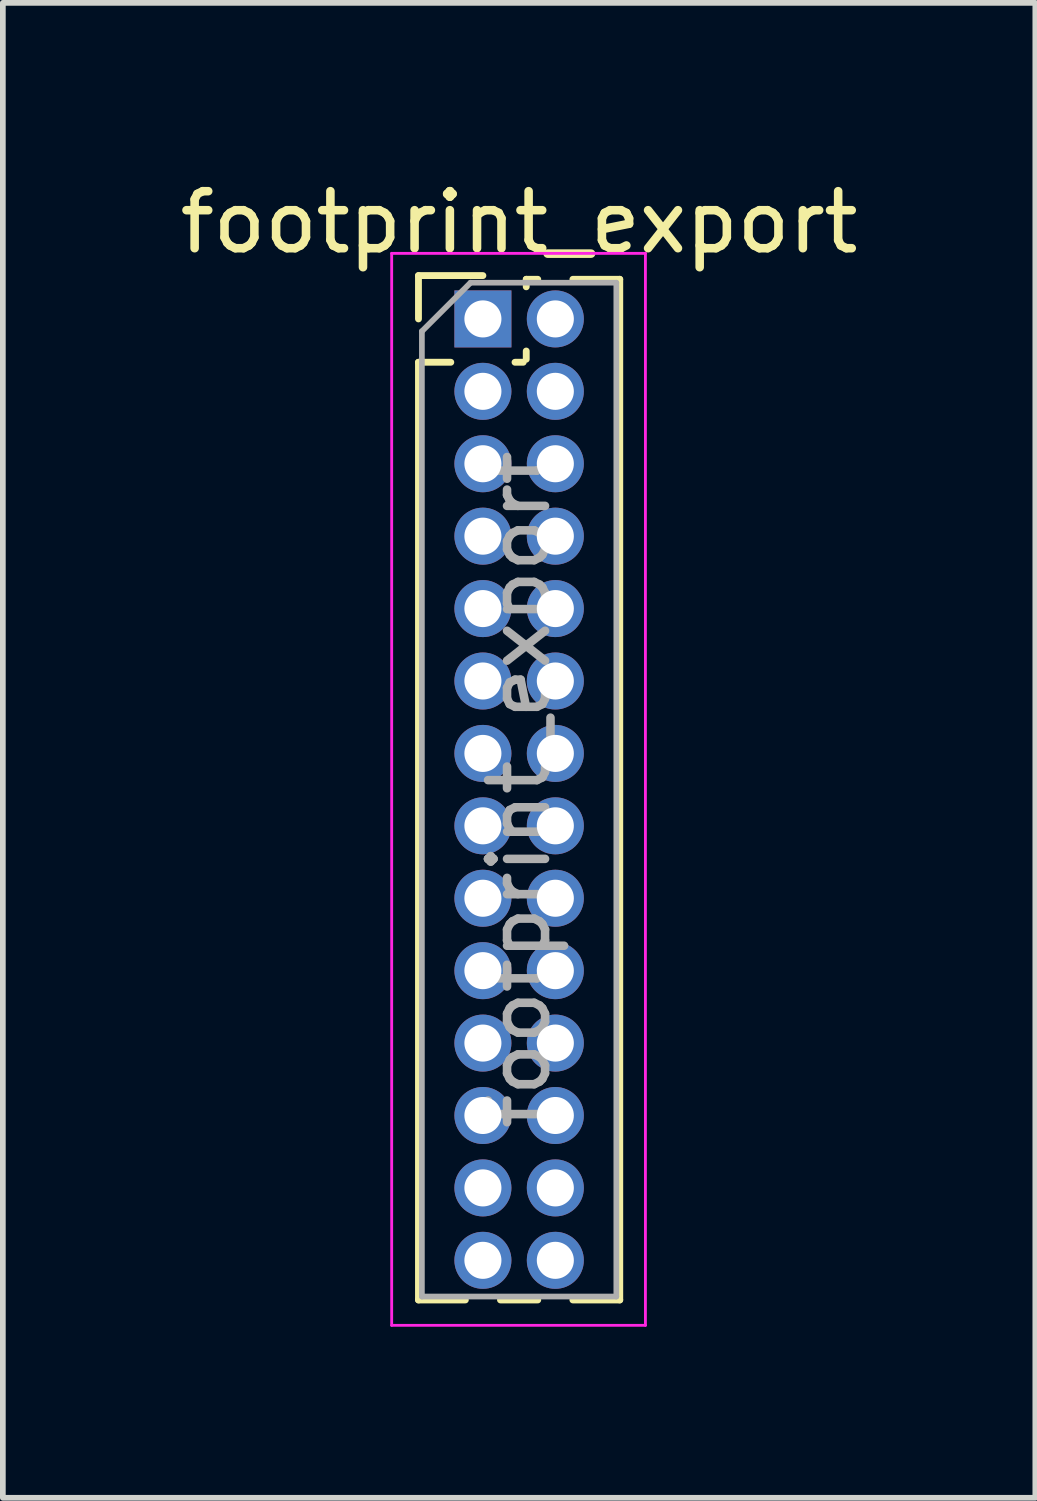
<source format=kicad_pcb>
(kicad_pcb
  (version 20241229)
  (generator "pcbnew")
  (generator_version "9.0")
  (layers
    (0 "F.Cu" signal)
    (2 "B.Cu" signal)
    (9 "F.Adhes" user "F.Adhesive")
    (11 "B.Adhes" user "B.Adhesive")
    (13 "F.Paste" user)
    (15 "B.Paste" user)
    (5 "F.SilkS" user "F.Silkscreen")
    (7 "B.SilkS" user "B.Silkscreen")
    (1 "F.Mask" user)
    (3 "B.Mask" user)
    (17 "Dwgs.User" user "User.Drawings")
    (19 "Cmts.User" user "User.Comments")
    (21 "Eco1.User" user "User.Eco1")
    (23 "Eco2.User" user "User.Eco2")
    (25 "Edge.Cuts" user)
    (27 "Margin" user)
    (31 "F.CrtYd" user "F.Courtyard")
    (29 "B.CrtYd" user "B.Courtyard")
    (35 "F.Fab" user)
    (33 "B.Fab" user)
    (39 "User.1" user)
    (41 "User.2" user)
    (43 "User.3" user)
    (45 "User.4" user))
  (footprint "footprint_export"
    (layer "F.Cu")
    (at 5.419 2.543)
    (property "Reference" "footprint_export" (at 0.635 -1.695 0) (layer "F.SilkS") (effects (font (size 1 1) (thickness 0.15))))
    (attr through_hole)
    (fp_line (start -1.13 -0.76) (end 0 -0.76) (stroke (width 0.12) (type solid)) (layer "F.SilkS"))
    (fp_line (start -1.13 0) (end -1.13 -0.76) (stroke (width 0.12) (type solid)) (layer "F.SilkS"))
    (fp_line (start -1.13 0.76) (end -1.13 17.205) (stroke (width 0.12) (type solid)) (layer "F.SilkS"))
    (fp_line (start -1.13 0.76) (end -0.563 0.76) (stroke (width 0.12) (type solid)) (layer "F.SilkS"))
    (fp_line (start -1.13 17.205) (end -0.308 17.205) (stroke (width 0.12) (type solid)) (layer "F.SilkS"))
    (fp_line (start 0.308 17.205) (end 0.962 17.205) (stroke (width 0.12) (type solid)) (layer "F.SilkS"))
    (fp_line (start 0.563 0.76) (end 0.707 0.76) (stroke (width 0.12) (type solid)) (layer "F.SilkS"))
    (fp_line (start 0.76 -0.695) (end 0.962 -0.695) (stroke (width 0.12) (type solid)) (layer "F.SilkS"))
    (fp_line (start 0.76 -0.563) (end 0.76 -0.695) (stroke (width 0.12) (type solid)) (layer "F.SilkS"))
    (fp_line (start 0.76 0.707) (end 0.76 0.563) (stroke (width 0.12) (type solid)) (layer "F.SilkS"))
    (fp_line (start 1.578 -0.695) (end 2.4 -0.695) (stroke (width 0.12) (type solid)) (layer "F.SilkS"))
    (fp_line (start 1.578 17.205) (end 2.4 17.205) (stroke (width 0.12) (type solid)) (layer "F.SilkS"))
    (fp_line (start 2.4 -0.695) (end 2.4 17.205) (stroke (width 0.12) (type solid)) (layer "F.SilkS"))
    (fp_line (start -1.6 -1.15) (end -1.6 17.65) (stroke (width 0.05) (type solid)) (layer "F.CrtYd"))
    (fp_line (start -1.6 17.65) (end 2.85 17.65) (stroke (width 0.05) (type solid)) (layer "F.CrtYd"))
    (fp_line (start 2.85 -1.15) (end -1.6 -1.15) (stroke (width 0.05) (type solid)) (layer "F.CrtYd"))
    (fp_line (start 2.85 17.65) (end 2.85 -1.15) (stroke (width 0.05) (type solid)) (layer "F.CrtYd"))
    (fp_line (start -1.07 0.217) (end -0.217 -0.635) (stroke (width 0.1) (type solid)) (layer "F.Fab"))
    (fp_line (start -1.07 17.145) (end -1.07 0.217) (stroke (width 0.1) (type solid)) (layer "F.Fab"))
    (fp_line (start -0.217 -0.635) (end 2.34 -0.635) (stroke (width 0.1) (type solid)) (layer "F.Fab"))
    (fp_line (start 2.34 -0.635) (end 2.34 17.145) (stroke (width 0.1) (type solid)) (layer "F.Fab"))
    (fp_line (start 2.34 17.145) (end -1.07 17.145) (stroke (width 0.1) (type solid)) (layer "F.Fab"))
    (fp_text user "${REFERENCE}" (at 0.635 8.255 90) (layer "F.Fab") (effects (font (size 1 1) (thickness 0.15))))
    (pad "1" thru_hole rect (at 0 0) (size 1 1) (drill 0.65) (layers "*.Cu" "*.Mask"))
    (pad "2" thru_hole oval (at 1.27 0) (size 1 1) (drill 0.65) (layers "*.Cu" "*.Mask"))
    (pad "3" thru_hole oval (at 0 1.27) (size 1 1) (drill 0.65) (layers "*.Cu" "*.Mask"))
    (pad "4" thru_hole oval (at 1.27 1.27) (size 1 1) (drill 0.65) (layers "*.Cu" "*.Mask"))
    (pad "5" thru_hole oval (at 0 2.54) (size 1 1) (drill 0.65) (layers "*.Cu" "*.Mask"))
    (pad "6" thru_hole oval (at 1.27 2.54) (size 1 1) (drill 0.65) (layers "*.Cu" "*.Mask"))
    (pad "7" thru_hole oval (at 0 3.81) (size 1 1) (drill 0.65) (layers "*.Cu" "*.Mask"))
    (pad "8" thru_hole oval (at 1.27 3.81) (size 1 1) (drill 0.65) (layers "*.Cu" "*.Mask"))
    (pad "9" thru_hole oval (at 0 5.08) (size 1 1) (drill 0.65) (layers "*.Cu" "*.Mask"))
    (pad "10" thru_hole oval (at 1.27 5.08) (size 1 1) (drill 0.65) (layers "*.Cu" "*.Mask"))
    (pad "11" thru_hole oval (at 0 6.35) (size 1 1) (drill 0.65) (layers "*.Cu" "*.Mask"))
    (pad "12" thru_hole oval (at 1.27 6.35) (size 1 1) (drill 0.65) (layers "*.Cu" "*.Mask"))
    (pad "13" thru_hole oval (at 0 7.62) (size 1 1) (drill 0.65) (layers "*.Cu" "*.Mask"))
    (pad "14" thru_hole oval (at 1.27 7.62) (size 1 1) (drill 0.65) (layers "*.Cu" "*.Mask"))
    (pad "15" thru_hole oval (at 0 8.89) (size 1 1) (drill 0.65) (layers "*.Cu" "*.Mask"))
    (pad "16" thru_hole oval (at 1.27 8.89) (size 1 1) (drill 0.65) (layers "*.Cu" "*.Mask"))
    (pad "17" thru_hole oval (at 0 10.16) (size 1 1) (drill 0.65) (layers "*.Cu" "*.Mask"))
    (pad "18" thru_hole oval (at 1.27 10.16) (size 1 1) (drill 0.65) (layers "*.Cu" "*.Mask"))
    (pad "19" thru_hole oval (at 0 11.43) (size 1 1) (drill 0.65) (layers "*.Cu" "*.Mask"))
    (pad "20" thru_hole oval (at 1.27 11.43) (size 1 1) (drill 0.65) (layers "*.Cu" "*.Mask"))
    (pad "21" thru_hole oval (at 0 12.7) (size 1 1) (drill 0.65) (layers "*.Cu" "*.Mask"))
    (pad "22" thru_hole oval (at 1.27 12.7) (size 1 1) (drill 0.65) (layers "*.Cu" "*.Mask"))
    (pad "23" thru_hole oval (at 0 13.97) (size 1 1) (drill 0.65) (layers "*.Cu" "*.Mask"))
    (pad "24" thru_hole oval (at 1.27 13.97) (size 1 1) (drill 0.65) (layers "*.Cu" "*.Mask"))
    (pad "25" thru_hole oval (at 0 15.24) (size 1 1) (drill 0.65) (layers "*.Cu" "*.Mask"))
    (pad "26" thru_hole oval (at 1.27 15.24) (size 1 1) (drill 0.65) (layers "*.Cu" "*.Mask"))
    (pad "27" thru_hole oval (at 0 16.51) (size 1 1) (drill 0.65) (layers "*.Cu" "*.Mask"))
    (pad "28" thru_hole oval (at 1.27 16.51) (size 1 1) (drill 0.65) (layers "*.Cu" "*.Mask")))
  (gr_rect
    (start -3 -3)
    (end 15.107 23.218)
    (stroke (width 0.1) (type default))
    (fill no)
    (layer "Edge.Cuts")))
</source>
